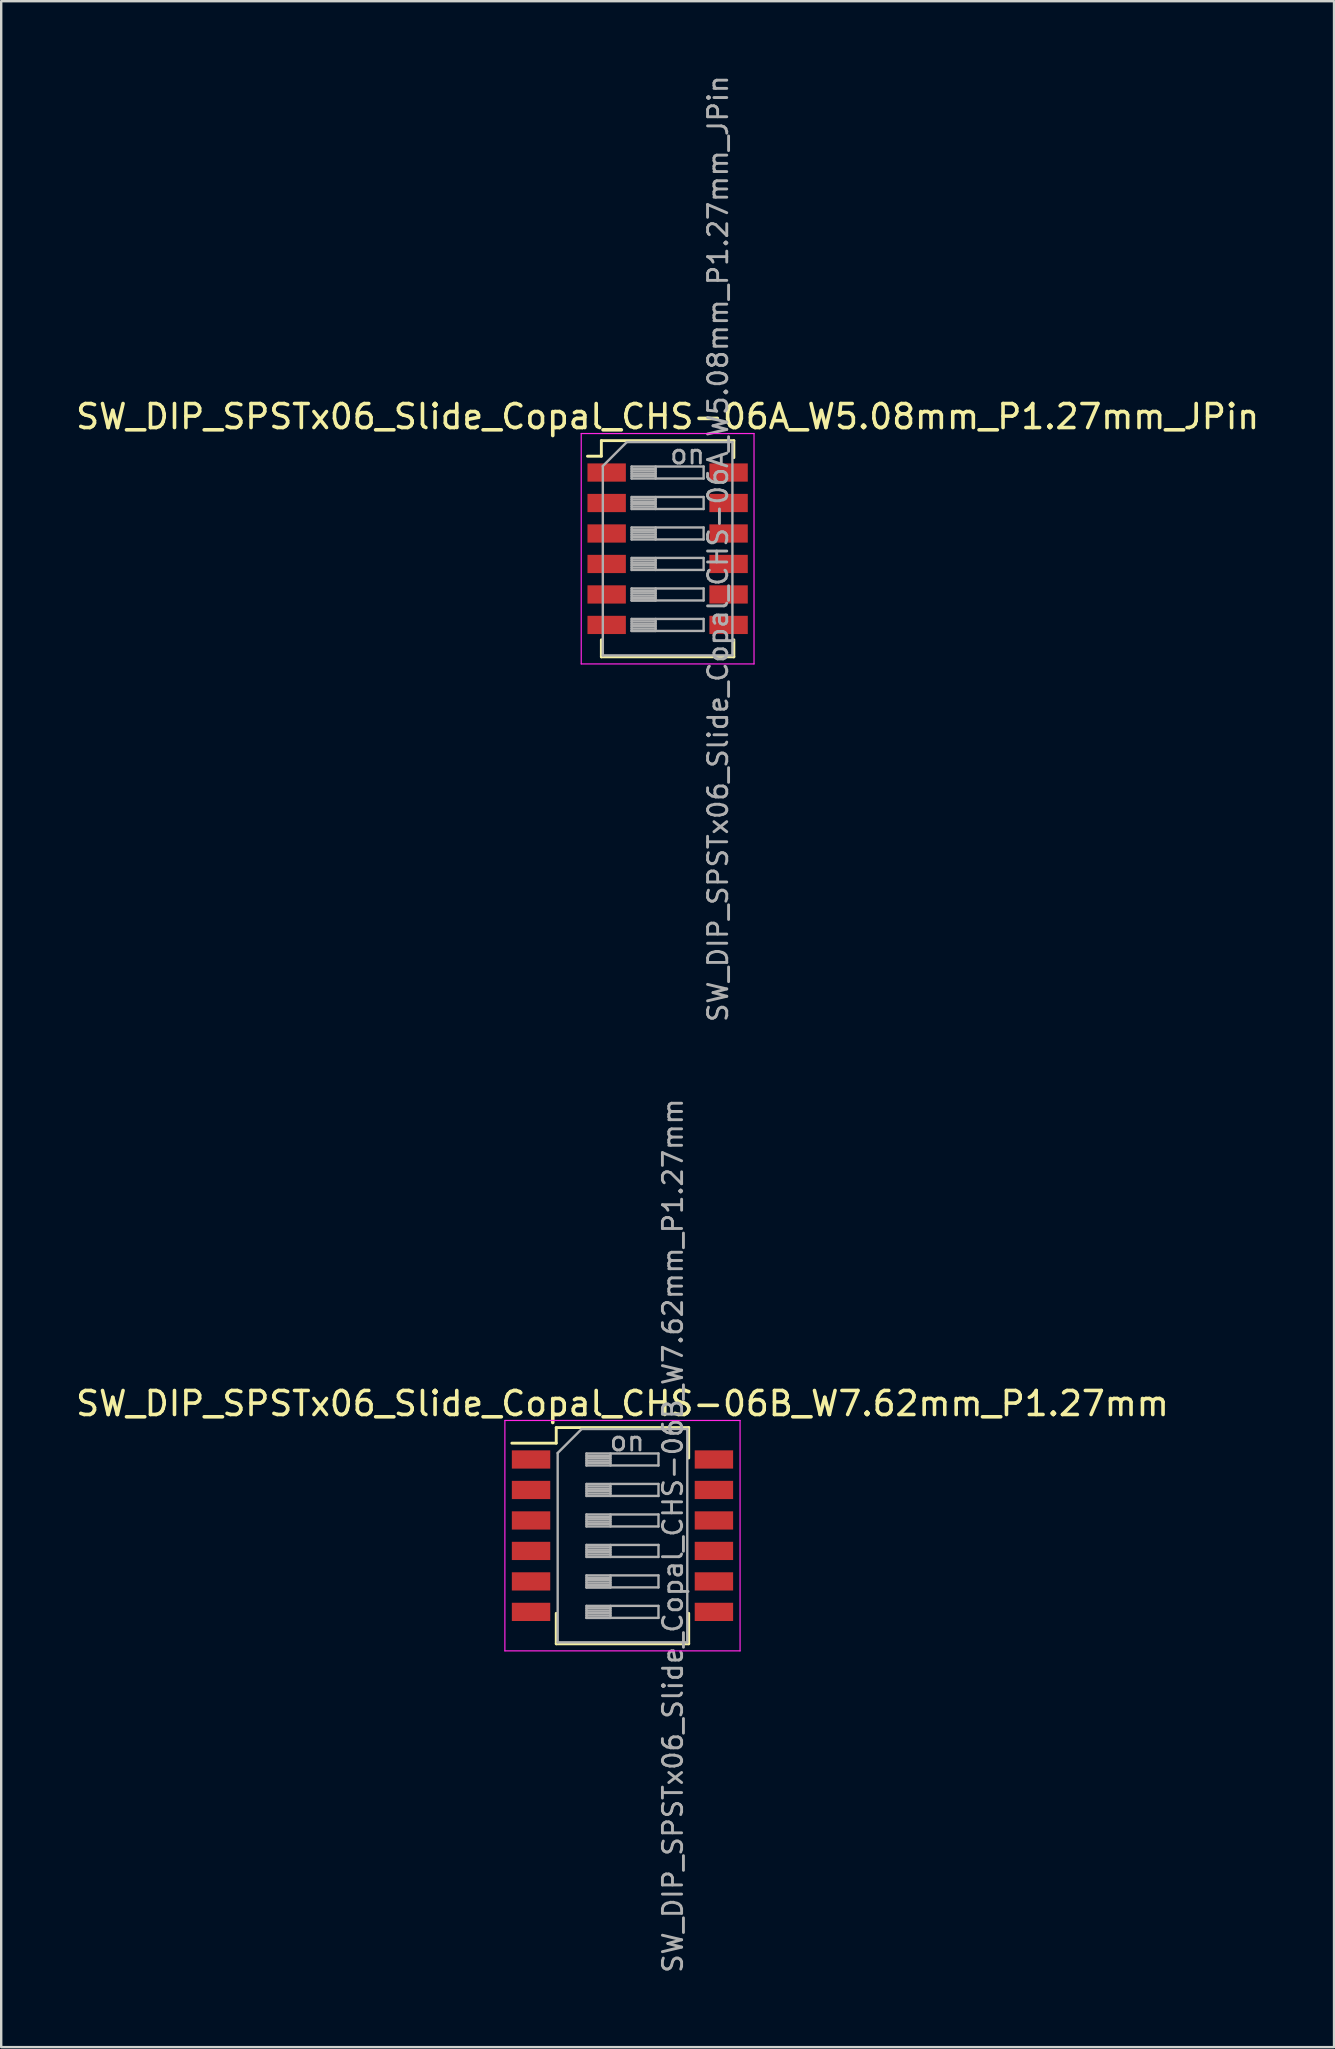
<source format=kicad_pcb>
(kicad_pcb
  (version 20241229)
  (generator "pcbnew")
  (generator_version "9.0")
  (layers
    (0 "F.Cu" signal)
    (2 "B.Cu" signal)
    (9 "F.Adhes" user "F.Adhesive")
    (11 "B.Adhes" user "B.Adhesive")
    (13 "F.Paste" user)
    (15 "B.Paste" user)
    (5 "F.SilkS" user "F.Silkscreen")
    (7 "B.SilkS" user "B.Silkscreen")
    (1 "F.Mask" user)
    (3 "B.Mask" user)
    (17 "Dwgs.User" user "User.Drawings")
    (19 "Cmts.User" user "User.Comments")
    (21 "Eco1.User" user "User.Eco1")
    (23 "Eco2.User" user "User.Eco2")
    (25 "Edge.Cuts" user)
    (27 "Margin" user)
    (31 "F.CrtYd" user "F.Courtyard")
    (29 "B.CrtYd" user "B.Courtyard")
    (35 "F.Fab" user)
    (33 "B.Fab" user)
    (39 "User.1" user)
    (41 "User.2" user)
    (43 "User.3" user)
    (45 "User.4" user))
  (footprint "SW_DIP_SPSTx06_Slide_Copal_CHS-06B_W7.62mm_P1.27mm"
    (layer "F.Cu")
    (at 22.887 60.938)
    (property "Reference" "SW_DIP_SPSTx06_Slide_Copal_CHS-06B_W7.62mm_P1.27mm" (at 0 -5.505 0) (layer "F.SilkS") (effects (font (size 1 1) (thickness 0.15))))
    (attr smd)
    (fp_line (start -4.61 -3.855) (end -2.76 -3.855) (stroke (width 0.12) (type solid)) (layer "F.SilkS"))
    (fp_line (start -2.76 -4.505) (end -2.76 -3.855) (stroke (width 0.12) (type solid)) (layer "F.SilkS"))
    (fp_line (start -2.76 -4.505) (end 2.76 -4.505) (stroke (width 0.12) (type solid)) (layer "F.SilkS"))
    (fp_line (start -2.76 3.235) (end -2.76 4.505) (stroke (width 0.12) (type solid)) (layer "F.SilkS"))
    (fp_line (start -2.76 4.505) (end 2.76 4.505) (stroke (width 0.12) (type solid)) (layer "F.SilkS"))
    (fp_line (start 2.76 -4.505) (end 2.76 -3.236) (stroke (width 0.12) (type solid)) (layer "F.SilkS"))
    (fp_line (start 2.76 3.235) (end 2.76 4.505) (stroke (width 0.12) (type solid)) (layer "F.SilkS"))
    (fp_line (start -4.9 -4.8) (end -4.9 4.8) (stroke (width 0.05) (type solid)) (layer "F.CrtYd"))
    (fp_line (start -4.9 4.8) (end 4.9 4.8) (stroke (width 0.05) (type solid)) (layer "F.CrtYd"))
    (fp_line (start 4.9 -4.8) (end -4.9 -4.8) (stroke (width 0.05) (type solid)) (layer "F.CrtYd"))
    (fp_line (start 4.9 4.8) (end 4.9 -4.8) (stroke (width 0.05) (type solid)) (layer "F.CrtYd"))
    (fp_line (start -2.7 -3.445) (end -1.7 -4.445) (stroke (width 0.1) (type solid)) (layer "F.Fab"))
    (fp_line (start -2.7 4.445) (end -2.7 -3.445) (stroke (width 0.1) (type solid)) (layer "F.Fab"))
    (fp_line (start -1.7 -4.445) (end 2.7 -4.445) (stroke (width 0.1) (type solid)) (layer "F.Fab"))
    (fp_line (start -1.5 -3.425) (end -1.5 -2.925) (stroke (width 0.1) (type solid)) (layer "F.Fab"))
    (fp_line (start -1.5 -3.325) (end -0.5 -3.325) (stroke (width 0.1) (type solid)) (layer "F.Fab"))
    (fp_line (start -1.5 -3.225) (end -0.5 -3.225) (stroke (width 0.1) (type solid)) (layer "F.Fab"))
    (fp_line (start -1.5 -3.125) (end -0.5 -3.125) (stroke (width 0.1) (type solid)) (layer "F.Fab"))
    (fp_line (start -1.5 -3.025) (end -0.5 -3.025) (stroke (width 0.1) (type solid)) (layer "F.Fab"))
    (fp_line (start -1.5 -2.925) (end 1.5 -2.925) (stroke (width 0.1) (type solid)) (layer "F.Fab"))
    (fp_line (start -1.5 -2.155) (end -1.5 -1.655) (stroke (width 0.1) (type solid)) (layer "F.Fab"))
    (fp_line (start -1.5 -2.055) (end -0.5 -2.055) (stroke (width 0.1) (type solid)) (layer "F.Fab"))
    (fp_line (start -1.5 -1.955) (end -0.5 -1.955) (stroke (width 0.1) (type solid)) (layer "F.Fab"))
    (fp_line (start -1.5 -1.855) (end -0.5 -1.855) (stroke (width 0.1) (type solid)) (layer "F.Fab"))
    (fp_line (start -1.5 -1.755) (end -0.5 -1.755) (stroke (width 0.1) (type solid)) (layer "F.Fab"))
    (fp_line (start -1.5 -1.655) (end 1.5 -1.655) (stroke (width 0.1) (type solid)) (layer "F.Fab"))
    (fp_line (start -1.5 -0.885) (end -1.5 -0.385) (stroke (width 0.1) (type solid)) (layer "F.Fab"))
    (fp_line (start -1.5 -0.785) (end -0.5 -0.785) (stroke (width 0.1) (type solid)) (layer "F.Fab"))
    (fp_line (start -1.5 -0.685) (end -0.5 -0.685) (stroke (width 0.1) (type solid)) (layer "F.Fab"))
    (fp_line (start -1.5 -0.585) (end -0.5 -0.585) (stroke (width 0.1) (type solid)) (layer "F.Fab"))
    (fp_line (start -1.5 -0.485) (end -0.5 -0.485) (stroke (width 0.1) (type solid)) (layer "F.Fab"))
    (fp_line (start -1.5 -0.385) (end 1.5 -0.385) (stroke (width 0.1) (type solid)) (layer "F.Fab"))
    (fp_line (start -1.5 0.385) (end -1.5 0.885) (stroke (width 0.1) (type solid)) (layer "F.Fab"))
    (fp_line (start -1.5 0.485) (end -0.5 0.485) (stroke (width 0.1) (type solid)) (layer "F.Fab"))
    (fp_line (start -1.5 0.585) (end -0.5 0.585) (stroke (width 0.1) (type solid)) (layer "F.Fab"))
    (fp_line (start -1.5 0.685) (end -0.5 0.685) (stroke (width 0.1) (type solid)) (layer "F.Fab"))
    (fp_line (start -1.5 0.785) (end -0.5 0.785) (stroke (width 0.1) (type solid)) (layer "F.Fab"))
    (fp_line (start -1.5 0.885) (end 1.5 0.885) (stroke (width 0.1) (type solid)) (layer "F.Fab"))
    (fp_line (start -1.5 1.655) (end -1.5 2.155) (stroke (width 0.1) (type solid)) (layer "F.Fab"))
    (fp_line (start -1.5 1.755) (end -0.5 1.755) (stroke (width 0.1) (type solid)) (layer "F.Fab"))
    (fp_line (start -1.5 1.855) (end -0.5 1.855) (stroke (width 0.1) (type solid)) (layer "F.Fab"))
    (fp_line (start -1.5 1.955) (end -0.5 1.955) (stroke (width 0.1) (type solid)) (layer "F.Fab"))
    (fp_line (start -1.5 2.055) (end -0.5 2.055) (stroke (width 0.1) (type solid)) (layer "F.Fab"))
    (fp_line (start -1.5 2.155) (end -0.5 2.155) (stroke (width 0.1) (type solid)) (layer "F.Fab"))
    (fp_line (start -1.5 2.155) (end 1.5 2.155) (stroke (width 0.1) (type solid)) (layer "F.Fab"))
    (fp_line (start -1.5 2.925) (end -1.5 3.425) (stroke (width 0.1) (type solid)) (layer "F.Fab"))
    (fp_line (start -1.5 3.025) (end -0.5 3.025) (stroke (width 0.1) (type solid)) (layer "F.Fab"))
    (fp_line (start -1.5 3.125) (end -0.5 3.125) (stroke (width 0.1) (type solid)) (layer "F.Fab"))
    (fp_line (start -1.5 3.225) (end -0.5 3.225) (stroke (width 0.1) (type solid)) (layer "F.Fab"))
    (fp_line (start -1.5 3.325) (end -0.5 3.325) (stroke (width 0.1) (type solid)) (layer "F.Fab"))
    (fp_line (start -1.5 3.425) (end -0.5 3.425) (stroke (width 0.1) (type solid)) (layer "F.Fab"))
    (fp_line (start -1.5 3.425) (end 1.5 3.425) (stroke (width 0.1) (type solid)) (layer "F.Fab"))
    (fp_line (start -0.5 -3.425) (end -0.5 -2.925) (stroke (width 0.1) (type solid)) (layer "F.Fab"))
    (fp_line (start -0.5 -2.155) (end -0.5 -1.655) (stroke (width 0.1) (type solid)) (layer "F.Fab"))
    (fp_line (start -0.5 -0.885) (end -0.5 -0.385) (stroke (width 0.1) (type solid)) (layer "F.Fab"))
    (fp_line (start -0.5 0.385) (end -0.5 0.885) (stroke (width 0.1) (type solid)) (layer "F.Fab"))
    (fp_line (start -0.5 1.655) (end -0.5 2.155) (stroke (width 0.1) (type solid)) (layer "F.Fab"))
    (fp_line (start -0.5 2.925) (end -0.5 3.425) (stroke (width 0.1) (type solid)) (layer "F.Fab"))
    (fp_line (start 1.5 -3.425) (end -1.5 -3.425) (stroke (width 0.1) (type solid)) (layer "F.Fab"))
    (fp_line (start 1.5 -2.925) (end 1.5 -3.425) (stroke (width 0.1) (type solid)) (layer "F.Fab"))
    (fp_line (start 1.5 -2.155) (end -1.5 -2.155) (stroke (width 0.1) (type solid)) (layer "F.Fab"))
    (fp_line (start 1.5 -1.655) (end 1.5 -2.155) (stroke (width 0.1) (type solid)) (layer "F.Fab"))
    (fp_line (start 1.5 -0.885) (end -1.5 -0.885) (stroke (width 0.1) (type solid)) (layer "F.Fab"))
    (fp_line (start 1.5 -0.385) (end 1.5 -0.885) (stroke (width 0.1) (type solid)) (layer "F.Fab"))
    (fp_line (start 1.5 0.385) (end -1.5 0.385) (stroke (width 0.1) (type solid)) (layer "F.Fab"))
    (fp_line (start 1.5 0.885) (end 1.5 0.385) (stroke (width 0.1) (type solid)) (layer "F.Fab"))
    (fp_line (start 1.5 1.655) (end -1.5 1.655) (stroke (width 0.1) (type solid)) (layer "F.Fab"))
    (fp_line (start 1.5 2.155) (end 1.5 1.655) (stroke (width 0.1) (type solid)) (layer "F.Fab"))
    (fp_line (start 1.5 2.925) (end -1.5 2.925) (stroke (width 0.1) (type solid)) (layer "F.Fab"))
    (fp_line (start 1.5 3.425) (end 1.5 2.925) (stroke (width 0.1) (type solid)) (layer "F.Fab"))
    (fp_line (start 2.7 -4.445) (end 2.7 4.445) (stroke (width 0.1) (type solid)) (layer "F.Fab"))
    (fp_line (start 2.7 4.445) (end -2.7 4.445) (stroke (width 0.1) (type solid)) (layer "F.Fab"))
    (fp_text user "${REFERENCE}" (at 2.1 0 90) (layer "F.Fab") (effects (font (size 0.8 0.8) (thickness 0.12))))
    (fp_text user "on" (at 0.195 -3.935 0) (layer "F.Fab") (effects (font (size 0.8 0.8) (thickness 0.12))))
    (pad "1" smd rect (at -3.81 -3.175) (size 1.6 0.76) (layers "F.Cu" "F.Mask" "F.Paste"))
    (pad "2" smd rect (at -3.81 -1.905) (size 1.6 0.76) (layers "F.Cu" "F.Mask" "F.Paste"))
    (pad "3" smd rect (at -3.81 -0.635) (size 1.6 0.76) (layers "F.Cu" "F.Mask" "F.Paste"))
    (pad "4" smd rect (at -3.81 0.635) (size 1.6 0.76) (layers "F.Cu" "F.Mask" "F.Paste"))
    (pad "5" smd rect (at -3.81 1.905) (size 1.6 0.76) (layers "F.Cu" "F.Mask" "F.Paste"))
    (pad "6" smd rect (at -3.81 3.175) (size 1.6 0.76) (layers "F.Cu" "F.Mask" "F.Paste"))
    (pad "7" smd rect (at 3.81 3.175) (size 1.6 0.76) (layers "F.Cu" "F.Mask" "F.Paste"))
    (pad "8" smd rect (at 3.81 1.905) (size 1.6 0.76) (layers "F.Cu" "F.Mask" "F.Paste"))
    (pad "9" smd rect (at 3.81 0.635) (size 1.6 0.76) (layers "F.Cu" "F.Mask" "F.Paste"))
    (pad "10" smd rect (at 3.81 -0.635) (size 1.6 0.76) (layers "F.Cu" "F.Mask" "F.Paste"))
    (pad "11" smd rect (at 3.81 -1.905) (size 1.6 0.76) (layers "F.Cu" "F.Mask" "F.Paste"))
    (pad "12" smd rect (at 3.81 -3.175) (size 1.6 0.76) (layers "F.Cu" "F.Mask" "F.Paste")))
  (footprint "SW_DIP_SPSTx06_Slide_Copal_CHS-06A_W5.08mm_P1.27mm_JPin"
    (layer "F.Cu")
    (at 24.768 19.814)
    (property "Reference" "SW_DIP_SPSTx06_Slide_Copal_CHS-06A_W5.08mm_P1.27mm_JPin" (at 0 -5.505 0) (layer "F.SilkS") (effects (font (size 1 1) (thickness 0.15))))
    (attr smd)
    (fp_line (start -3.34 -3.855) (end -2.761 -3.855) (stroke (width 0.12) (type solid)) (layer "F.SilkS"))
    (fp_line (start -2.761 -4.505) (end -2.761 -3.855) (stroke (width 0.12) (type solid)) (layer "F.SilkS"))
    (fp_line (start -2.761 -4.505) (end 2.76 -4.505) (stroke (width 0.12) (type solid)) (layer "F.SilkS"))
    (fp_line (start -2.761 3.795) (end -2.761 4.505) (stroke (width 0.12) (type solid)) (layer "F.SilkS"))
    (fp_line (start -2.761 4.505) (end 2.76 4.505) (stroke (width 0.12) (type solid)) (layer "F.SilkS"))
    (fp_line (start 2.76 -4.505) (end 2.76 -3.795) (stroke (width 0.12) (type solid)) (layer "F.SilkS"))
    (fp_line (start 2.76 3.795) (end 2.76 4.505) (stroke (width 0.12) (type solid)) (layer "F.SilkS"))
    (fp_line (start -3.6 -4.8) (end -3.6 4.8) (stroke (width 0.05) (type solid)) (layer "F.CrtYd"))
    (fp_line (start -3.6 4.8) (end 3.6 4.8) (stroke (width 0.05) (type solid)) (layer "F.CrtYd"))
    (fp_line (start 3.6 -4.8) (end -3.6 -4.8) (stroke (width 0.05) (type solid)) (layer "F.CrtYd"))
    (fp_line (start 3.6 4.8) (end 3.6 -4.8) (stroke (width 0.05) (type solid)) (layer "F.CrtYd"))
    (fp_line (start -2.7 -3.445) (end -1.7 -4.445) (stroke (width 0.1) (type solid)) (layer "F.Fab"))
    (fp_line (start -2.7 4.445) (end -2.7 -3.445) (stroke (width 0.1) (type solid)) (layer "F.Fab"))
    (fp_line (start -1.7 -4.445) (end 2.7 -4.445) (stroke (width 0.1) (type solid)) (layer "F.Fab"))
    (fp_line (start -1.5 -3.425) (end -1.5 -2.925) (stroke (width 0.1) (type solid)) (layer "F.Fab"))
    (fp_line (start -1.5 -3.325) (end -0.5 -3.325) (stroke (width 0.1) (type solid)) (layer "F.Fab"))
    (fp_line (start -1.5 -3.225) (end -0.5 -3.225) (stroke (width 0.1) (type solid)) (layer "F.Fab"))
    (fp_line (start -1.5 -3.125) (end -0.5 -3.125) (stroke (width 0.1) (type solid)) (layer "F.Fab"))
    (fp_line (start -1.5 -3.025) (end -0.5 -3.025) (stroke (width 0.1) (type solid)) (layer "F.Fab"))
    (fp_line (start -1.5 -2.925) (end 1.5 -2.925) (stroke (width 0.1) (type solid)) (layer "F.Fab"))
    (fp_line (start -1.5 -2.155) (end -1.5 -1.655) (stroke (width 0.1) (type solid)) (layer "F.Fab"))
    (fp_line (start -1.5 -2.055) (end -0.5 -2.055) (stroke (width 0.1) (type solid)) (layer "F.Fab"))
    (fp_line (start -1.5 -1.955) (end -0.5 -1.955) (stroke (width 0.1) (type solid)) (layer "F.Fab"))
    (fp_line (start -1.5 -1.855) (end -0.5 -1.855) (stroke (width 0.1) (type solid)) (layer "F.Fab"))
    (fp_line (start -1.5 -1.755) (end -0.5 -1.755) (stroke (width 0.1) (type solid)) (layer "F.Fab"))
    (fp_line (start -1.5 -1.655) (end 1.5 -1.655) (stroke (width 0.1) (type solid)) (layer "F.Fab"))
    (fp_line (start -1.5 -0.885) (end -1.5 -0.385) (stroke (width 0.1) (type solid)) (layer "F.Fab"))
    (fp_line (start -1.5 -0.785) (end -0.5 -0.785) (stroke (width 0.1) (type solid)) (layer "F.Fab"))
    (fp_line (start -1.5 -0.685) (end -0.5 -0.685) (stroke (width 0.1) (type solid)) (layer "F.Fab"))
    (fp_line (start -1.5 -0.585) (end -0.5 -0.585) (stroke (width 0.1) (type solid)) (layer "F.Fab"))
    (fp_line (start -1.5 -0.485) (end -0.5 -0.485) (stroke (width 0.1) (type solid)) (layer "F.Fab"))
    (fp_line (start -1.5 -0.385) (end 1.5 -0.385) (stroke (width 0.1) (type solid)) (layer "F.Fab"))
    (fp_line (start -1.5 0.385) (end -1.5 0.885) (stroke (width 0.1) (type solid)) (layer "F.Fab"))
    (fp_line (start -1.5 0.485) (end -0.5 0.485) (stroke (width 0.1) (type solid)) (layer "F.Fab"))
    (fp_line (start -1.5 0.585) (end -0.5 0.585) (stroke (width 0.1) (type solid)) (layer "F.Fab"))
    (fp_line (start -1.5 0.685) (end -0.5 0.685) (stroke (width 0.1) (type solid)) (layer "F.Fab"))
    (fp_line (start -1.5 0.785) (end -0.5 0.785) (stroke (width 0.1) (type solid)) (layer "F.Fab"))
    (fp_line (start -1.5 0.885) (end 1.5 0.885) (stroke (width 0.1) (type solid)) (layer "F.Fab"))
    (fp_line (start -1.5 1.655) (end -1.5 2.155) (stroke (width 0.1) (type solid)) (layer "F.Fab"))
    (fp_line (start -1.5 1.755) (end -0.5 1.755) (stroke (width 0.1) (type solid)) (layer "F.Fab"))
    (fp_line (start -1.5 1.855) (end -0.5 1.855) (stroke (width 0.1) (type solid)) (layer "F.Fab"))
    (fp_line (start -1.5 1.955) (end -0.5 1.955) (stroke (width 0.1) (type solid)) (layer "F.Fab"))
    (fp_line (start -1.5 2.055) (end -0.5 2.055) (stroke (width 0.1) (type solid)) (layer "F.Fab"))
    (fp_line (start -1.5 2.155) (end -0.5 2.155) (stroke (width 0.1) (type solid)) (layer "F.Fab"))
    (fp_line (start -1.5 2.155) (end 1.5 2.155) (stroke (width 0.1) (type solid)) (layer "F.Fab"))
    (fp_line (start -1.5 2.925) (end -1.5 3.425) (stroke (width 0.1) (type solid)) (layer "F.Fab"))
    (fp_line (start -1.5 3.025) (end -0.5 3.025) (stroke (width 0.1) (type solid)) (layer "F.Fab"))
    (fp_line (start -1.5 3.125) (end -0.5 3.125) (stroke (width 0.1) (type solid)) (layer "F.Fab"))
    (fp_line (start -1.5 3.225) (end -0.5 3.225) (stroke (width 0.1) (type solid)) (layer "F.Fab"))
    (fp_line (start -1.5 3.325) (end -0.5 3.325) (stroke (width 0.1) (type solid)) (layer "F.Fab"))
    (fp_line (start -1.5 3.425) (end -0.5 3.425) (stroke (width 0.1) (type solid)) (layer "F.Fab"))
    (fp_line (start -1.5 3.425) (end 1.5 3.425) (stroke (width 0.1) (type solid)) (layer "F.Fab"))
    (fp_line (start -0.5 -3.425) (end -0.5 -2.925) (stroke (width 0.1) (type solid)) (layer "F.Fab"))
    (fp_line (start -0.5 -2.155) (end -0.5 -1.655) (stroke (width 0.1) (type solid)) (layer "F.Fab"))
    (fp_line (start -0.5 -0.885) (end -0.5 -0.385) (stroke (width 0.1) (type solid)) (layer "F.Fab"))
    (fp_line (start -0.5 0.385) (end -0.5 0.885) (stroke (width 0.1) (type solid)) (layer "F.Fab"))
    (fp_line (start -0.5 1.655) (end -0.5 2.155) (stroke (width 0.1) (type solid)) (layer "F.Fab"))
    (fp_line (start -0.5 2.925) (end -0.5 3.425) (stroke (width 0.1) (type solid)) (layer "F.Fab"))
    (fp_line (start 1.5 -3.425) (end -1.5 -3.425) (stroke (width 0.1) (type solid)) (layer "F.Fab"))
    (fp_line (start 1.5 -2.925) (end 1.5 -3.425) (stroke (width 0.1) (type solid)) (layer "F.Fab"))
    (fp_line (start 1.5 -2.155) (end -1.5 -2.155) (stroke (width 0.1) (type solid)) (layer "F.Fab"))
    (fp_line (start 1.5 -1.655) (end 1.5 -2.155) (stroke (width 0.1) (type solid)) (layer "F.Fab"))
    (fp_line (start 1.5 -0.885) (end -1.5 -0.885) (stroke (width 0.1) (type solid)) (layer "F.Fab"))
    (fp_line (start 1.5 -0.385) (end 1.5 -0.885) (stroke (width 0.1) (type solid)) (layer "F.Fab"))
    (fp_line (start 1.5 0.385) (end -1.5 0.385) (stroke (width 0.1) (type solid)) (layer "F.Fab"))
    (fp_line (start 1.5 0.885) (end 1.5 0.385) (stroke (width 0.1) (type solid)) (layer "F.Fab"))
    (fp_line (start 1.5 1.655) (end -1.5 1.655) (stroke (width 0.1) (type solid)) (layer "F.Fab"))
    (fp_line (start 1.5 2.155) (end 1.5 1.655) (stroke (width 0.1) (type solid)) (layer "F.Fab"))
    (fp_line (start 1.5 2.925) (end -1.5 2.925) (stroke (width 0.1) (type solid)) (layer "F.Fab"))
    (fp_line (start 1.5 3.425) (end 1.5 2.925) (stroke (width 0.1) (type solid)) (layer "F.Fab"))
    (fp_line (start 2.7 -4.445) (end 2.7 4.445) (stroke (width 0.1) (type solid)) (layer "F.Fab"))
    (fp_line (start 2.7 4.445) (end -2.7 4.445) (stroke (width 0.1) (type solid)) (layer "F.Fab"))
    (fp_text user "${REFERENCE}" (at 2.1 0 90) (layer "F.Fab") (effects (font (size 0.8 0.8) (thickness 0.12))))
    (fp_text user "on" (at 0.83 -3.935 0) (layer "F.Fab") (effects (font (size 0.8 0.8) (thickness 0.12))))
    (pad "1" smd rect (at -2.54 -3.175) (size 1.6 0.76) (layers "F.Cu" "F.Mask" "F.Paste"))
    (pad "2" smd rect (at -2.54 -1.905) (size 1.6 0.76) (layers "F.Cu" "F.Mask" "F.Paste"))
    (pad "3" smd rect (at -2.54 -0.635) (size 1.6 0.76) (layers "F.Cu" "F.Mask" "F.Paste"))
    (pad "4" smd rect (at -2.54 0.635) (size 1.6 0.76) (layers "F.Cu" "F.Mask" "F.Paste"))
    (pad "5" smd rect (at -2.54 1.905) (size 1.6 0.76) (layers "F.Cu" "F.Mask" "F.Paste"))
    (pad "6" smd rect (at -2.54 3.175) (size 1.6 0.76) (layers "F.Cu" "F.Mask" "F.Paste"))
    (pad "7" smd rect (at 2.54 3.175) (size 1.6 0.76) (layers "F.Cu" "F.Mask" "F.Paste"))
    (pad "8" smd rect (at 2.54 1.905) (size 1.6 0.76) (layers "F.Cu" "F.Mask" "F.Paste"))
    (pad "9" smd rect (at 2.54 0.635) (size 1.6 0.76) (layers "F.Cu" "F.Mask" "F.Paste"))
    (pad "10" smd rect (at 2.54 -0.635) (size 1.6 0.76) (layers "F.Cu" "F.Mask" "F.Paste"))
    (pad "11" smd rect (at 2.54 -1.905) (size 1.6 0.76) (layers "F.Cu" "F.Mask" "F.Paste"))
    (pad "12" smd rect (at 2.54 -3.175) (size 1.6 0.76) (layers "F.Cu" "F.Mask" "F.Paste")))
  (gr_rect
    (start -3 -3)
    (end 52.536 82.248)
    (stroke (width 0.1) (type default))
    (fill no)
    (layer "Edge.Cuts")))
</source>
